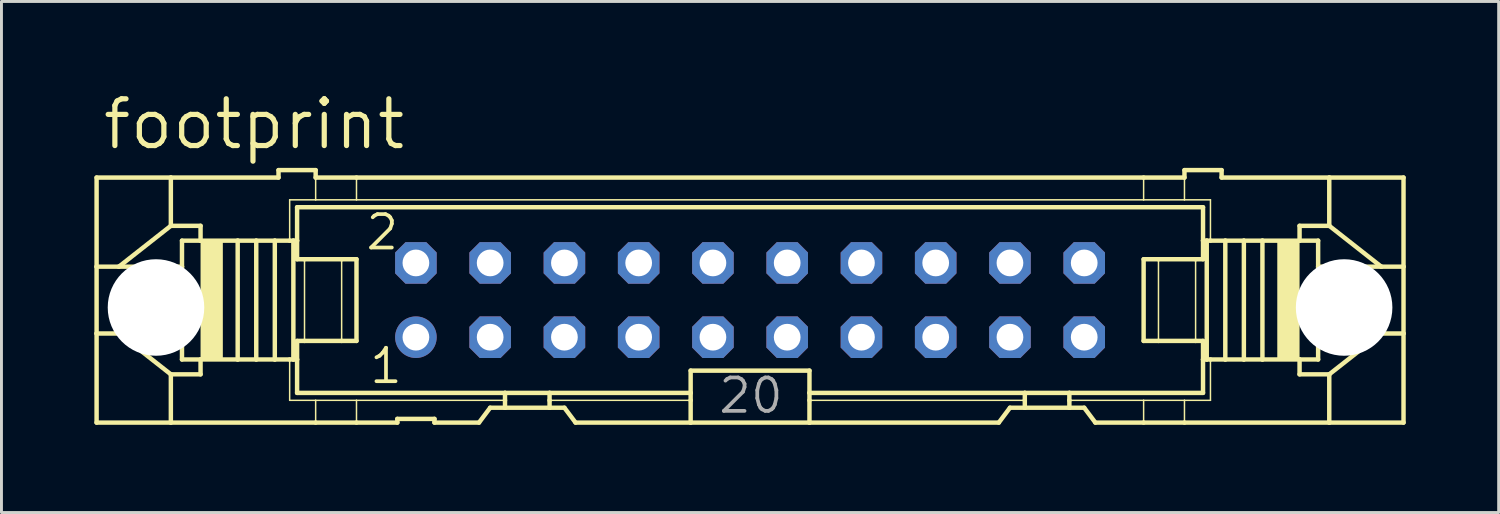
<source format=kicad_pcb>
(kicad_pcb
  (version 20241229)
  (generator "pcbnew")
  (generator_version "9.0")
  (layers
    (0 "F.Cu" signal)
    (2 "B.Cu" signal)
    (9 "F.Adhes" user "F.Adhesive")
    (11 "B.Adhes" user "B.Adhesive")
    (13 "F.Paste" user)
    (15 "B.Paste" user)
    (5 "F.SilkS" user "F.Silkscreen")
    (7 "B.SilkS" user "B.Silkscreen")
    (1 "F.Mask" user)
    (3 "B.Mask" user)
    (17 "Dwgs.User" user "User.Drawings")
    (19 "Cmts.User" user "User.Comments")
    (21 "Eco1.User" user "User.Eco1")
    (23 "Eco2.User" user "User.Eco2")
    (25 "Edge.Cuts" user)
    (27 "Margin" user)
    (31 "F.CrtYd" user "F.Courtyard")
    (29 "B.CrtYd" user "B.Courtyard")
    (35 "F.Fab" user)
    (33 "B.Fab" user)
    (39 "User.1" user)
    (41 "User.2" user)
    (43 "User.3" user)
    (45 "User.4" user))
  (footprint "footprint"
    (layer "F.Cu")
    (at 22.606 7.214)
    (property "Reference" "footprint" (at -22.225 -5.08 0) (layer "F.SilkS") (effects (font (size 1.6 1.6) (thickness 0.178)) (justify left bottom)))
    (fp_line (start -22.352 -4.191) (end -22.352 -1.143) (stroke (width 0.152) (type solid)) (layer "F.SilkS"))
    (fp_line (start -22.352 -4.191) (end -19.812 -4.191) (stroke (width 0.152) (type solid)) (layer "F.SilkS"))
    (fp_line (start -22.352 -1.143) (end -22.352 1.143) (stroke (width 0.152) (type solid)) (layer "F.SilkS"))
    (fp_line (start -22.352 -1.143) (end -21.59 -1.143) (stroke (width 0.152) (type solid)) (layer "F.SilkS"))
    (fp_line (start -22.352 1.143) (end -22.352 4.191) (stroke (width 0.152) (type solid)) (layer "F.SilkS"))
    (fp_line (start -22.352 1.143) (end -21.59 1.143) (stroke (width 0.152) (type solid)) (layer "F.SilkS"))
    (fp_line (start -21.59 -1.143) (end -19.431 -1.143) (stroke (width 0.152) (type solid)) (layer "F.SilkS"))
    (fp_line (start -21.59 1.143) (end -19.431 1.143) (stroke (width 0.152) (type solid)) (layer "F.SilkS"))
    (fp_line (start -19.812 -4.191) (end -19.812 -2.54) (stroke (width 0.152) (type solid)) (layer "F.SilkS"))
    (fp_line (start -19.812 -2.54) (end -21.59 -1.143) (stroke (width 0.152) (type solid)) (layer "F.SilkS"))
    (fp_line (start -19.812 2.54) (end -21.59 1.143) (stroke (width 0.152) (type solid)) (layer "F.SilkS"))
    (fp_line (start -19.812 2.54) (end -19.812 4.191) (stroke (width 0.152) (type solid)) (layer "F.SilkS"))
    (fp_line (start -19.812 4.191) (end -22.352 4.191) (stroke (width 0.152) (type solid)) (layer "F.SilkS"))
    (fp_line (start -19.431 -1.143) (end -19.431 -2.032) (stroke (width 0.152) (type solid)) (layer "F.SilkS"))
    (fp_line (start -19.431 1.143) (end -19.431 -1.143) (stroke (width 0.152) (type solid)) (layer "F.SilkS"))
    (fp_line (start -19.431 2.032) (end -19.431 1.143) (stroke (width 0.152) (type solid)) (layer "F.SilkS"))
    (fp_line (start -18.796 -2.54) (end -19.812 -2.54) (stroke (width 0.152) (type solid)) (layer "F.SilkS"))
    (fp_line (start -18.796 -2.54) (end -18.796 -2.032) (stroke (width 0.152) (type solid)) (layer "F.SilkS"))
    (fp_line (start -18.796 -2.032) (end -19.431 -2.032) (stroke (width 0.152) (type solid)) (layer "F.SilkS"))
    (fp_line (start -18.796 2.032) (end -19.431 2.032) (stroke (width 0.152) (type solid)) (layer "F.SilkS"))
    (fp_line (start -18.796 2.032) (end -18.796 2.54) (stroke (width 0.152) (type solid)) (layer "F.SilkS"))
    (fp_line (start -18.796 2.54) (end -19.812 2.54) (stroke (width 0.152) (type solid)) (layer "F.SilkS"))
    (fp_line (start -17.526 -2.032) (end -18.796 -2.032) (stroke (width 0.152) (type solid)) (layer "F.SilkS"))
    (fp_line (start -17.526 2.032) (end -18.796 2.032) (stroke (width 0.152) (type solid)) (layer "F.SilkS"))
    (fp_line (start -17.526 2.032) (end -17.526 -2.032) (stroke (width 0.152) (type solid)) (layer "F.SilkS"))
    (fp_line (start -16.891 -2.032) (end -17.526 -2.032) (stroke (width 0.152) (type solid)) (layer "F.SilkS"))
    (fp_line (start -16.891 2.032) (end -17.526 2.032) (stroke (width 0.152) (type solid)) (layer "F.SilkS"))
    (fp_line (start -16.891 2.032) (end -16.891 -2.032) (stroke (width 0.152) (type solid)) (layer "F.SilkS"))
    (fp_line (start -16.256 -2.032) (end -16.891 -2.032) (stroke (width 0.152) (type solid)) (layer "F.SilkS"))
    (fp_line (start -16.256 2.032) (end -16.891 2.032) (stroke (width 0.152) (type solid)) (layer "F.SilkS"))
    (fp_line (start -16.256 2.032) (end -16.256 -2.032) (stroke (width 0.152) (type solid)) (layer "F.SilkS"))
    (fp_line (start -16.129 -4.445) (end -16.129 -4.191) (stroke (width 0.152) (type solid)) (layer "F.SilkS"))
    (fp_line (start -16.129 -4.445) (end -14.859 -4.445) (stroke (width 0.152) (type solid)) (layer "F.SilkS"))
    (fp_line (start -16.129 -4.191) (end -19.812 -4.191) (stroke (width 0.152) (type solid)) (layer "F.SilkS"))
    (fp_line (start -15.748 -3.429) (end -15.748 -2.032) (stroke (width 0.051) (type solid)) (layer "F.SilkS"))
    (fp_line (start -15.748 -2.032) (end -16.256 -2.032) (stroke (width 0.152) (type solid)) (layer "F.SilkS"))
    (fp_line (start -15.748 2.032) (end -16.256 2.032) (stroke (width 0.152) (type solid)) (layer "F.SilkS"))
    (fp_line (start -15.748 3.429) (end -15.748 2.032) (stroke (width 0.051) (type solid)) (layer "F.SilkS"))
    (fp_line (start -15.621 -2.032) (end -15.748 -2.032) (stroke (width 0.152) (type solid)) (layer "F.SilkS"))
    (fp_line (start -15.621 2.032) (end -15.748 2.032) (stroke (width 0.152) (type solid)) (layer "F.SilkS"))
    (fp_line (start -15.621 2.032) (end -15.621 -2.032) (stroke (width 0.152) (type solid)) (layer "F.SilkS"))
    (fp_line (start -15.494 -3.175) (end 15.494 -3.175) (stroke (width 0.152) (type solid)) (layer "F.SilkS"))
    (fp_line (start -15.494 -2.032) (end -15.621 -2.032) (stroke (width 0.152) (type solid)) (layer "F.SilkS"))
    (fp_line (start -15.494 -2.032) (end -15.494 -3.175) (stroke (width 0.152) (type solid)) (layer "F.SilkS"))
    (fp_line (start -15.494 -1.397) (end -15.494 -2.032) (stroke (width 0.152) (type solid)) (layer "F.SilkS"))
    (fp_line (start -15.494 -1.397) (end -15.24 -1.397) (stroke (width 0.152) (type solid)) (layer "F.SilkS"))
    (fp_line (start -15.494 2.032) (end -15.621 2.032) (stroke (width 0.152) (type solid)) (layer "F.SilkS"))
    (fp_line (start -15.494 2.032) (end -15.494 1.397) (stroke (width 0.152) (type solid)) (layer "F.SilkS"))
    (fp_line (start -15.494 3.175) (end -15.494 2.032) (stroke (width 0.152) (type solid)) (layer "F.SilkS"))
    (fp_line (start -15.24 -1.397) (end -13.97 -1.397) (stroke (width 0.152) (type solid)) (layer "F.SilkS"))
    (fp_line (start -15.24 1.397) (end -15.494 1.397) (stroke (width 0.152) (type solid)) (layer "F.SilkS"))
    (fp_line (start -15.24 1.397) (end -15.24 -1.397) (stroke (width 0.051) (type solid)) (layer "F.SilkS"))
    (fp_line (start -14.859 -4.445) (end -14.859 -4.191) (stroke (width 0.152) (type solid)) (layer "F.SilkS"))
    (fp_line (start -14.859 -3.429) (end -15.748 -3.429) (stroke (width 0.051) (type solid)) (layer "F.SilkS"))
    (fp_line (start -14.859 -3.429) (end -14.859 -4.191) (stroke (width 0.051) (type solid)) (layer "F.SilkS"))
    (fp_line (start -14.859 -3.429) (end -13.462 -3.429) (stroke (width 0.051) (type solid)) (layer "F.SilkS"))
    (fp_line (start -14.859 3.429) (end -15.748 3.429) (stroke (width 0.051) (type solid)) (layer "F.SilkS"))
    (fp_line (start -14.859 4.191) (end -19.812 4.191) (stroke (width 0.152) (type solid)) (layer "F.SilkS"))
    (fp_line (start -14.859 4.191) (end -14.859 3.429) (stroke (width 0.051) (type solid)) (layer "F.SilkS"))
    (fp_line (start -13.97 -1.397) (end -13.462 -1.397) (stroke (width 0.152) (type solid)) (layer "F.SilkS"))
    (fp_line (start -13.97 1.397) (end -15.24 1.397) (stroke (width 0.152) (type solid)) (layer "F.SilkS"))
    (fp_line (start -13.97 1.397) (end -13.97 -1.397) (stroke (width 0.051) (type solid)) (layer "F.SilkS"))
    (fp_line (start -13.462 -4.191) (end -14.859 -4.191) (stroke (width 0.152) (type solid)) (layer "F.SilkS"))
    (fp_line (start -13.462 -4.191) (end 13.462 -4.191) (stroke (width 0.152) (type solid)) (layer "F.SilkS"))
    (fp_line (start -13.462 -3.429) (end -13.462 -4.191) (stroke (width 0.051) (type solid)) (layer "F.SilkS"))
    (fp_line (start -13.462 -3.429) (end 13.462 -3.429) (stroke (width 0.051) (type solid)) (layer "F.SilkS"))
    (fp_line (start -13.462 1.397) (end -13.97 1.397) (stroke (width 0.152) (type solid)) (layer "F.SilkS"))
    (fp_line (start -13.462 1.397) (end -13.462 -1.397) (stroke (width 0.152) (type solid)) (layer "F.SilkS"))
    (fp_line (start -13.462 3.429) (end -14.859 3.429) (stroke (width 0.051) (type solid)) (layer "F.SilkS"))
    (fp_line (start -13.462 4.191) (end -14.859 4.191) (stroke (width 0.152) (type solid)) (layer "F.SilkS"))
    (fp_line (start -13.462 4.191) (end -13.462 3.429) (stroke (width 0.051) (type solid)) (layer "F.SilkS"))
    (fp_line (start -12.065 4.191) (end -13.462 4.191) (stroke (width 0.152) (type solid)) (layer "F.SilkS"))
    (fp_line (start -12.065 4.191) (end -12.065 4.064) (stroke (width 0.152) (type solid)) (layer "F.SilkS"))
    (fp_line (start -10.795 4.064) (end -12.065 4.064) (stroke (width 0.152) (type solid)) (layer "F.SilkS"))
    (fp_line (start -10.795 4.064) (end -10.795 4.191) (stroke (width 0.152) (type solid)) (layer "F.SilkS"))
    (fp_line (start -9.271 4.191) (end -10.795 4.191) (stroke (width 0.152) (type solid)) (layer "F.SilkS"))
    (fp_line (start -9.271 4.191) (end -8.89 3.683) (stroke (width 0.152) (type solid)) (layer "F.SilkS"))
    (fp_line (start -8.382 3.175) (end -15.494 3.175) (stroke (width 0.152) (type solid)) (layer "F.SilkS"))
    (fp_line (start -8.382 3.175) (end -8.382 3.429) (stroke (width 0.152) (type solid)) (layer "F.SilkS"))
    (fp_line (start -8.382 3.429) (end -13.462 3.429) (stroke (width 0.051) (type solid)) (layer "F.SilkS"))
    (fp_line (start -8.382 3.429) (end -8.382 3.683) (stroke (width 0.152) (type solid)) (layer "F.SilkS"))
    (fp_line (start -8.382 3.683) (end -8.89 3.683) (stroke (width 0.152) (type solid)) (layer "F.SilkS"))
    (fp_line (start -6.858 3.175) (end -8.382 3.175) (stroke (width 0.152) (type solid)) (layer "F.SilkS"))
    (fp_line (start -6.858 3.175) (end -6.858 3.429) (stroke (width 0.152) (type solid)) (layer "F.SilkS"))
    (fp_line (start -6.858 3.429) (end -6.858 3.683) (stroke (width 0.152) (type solid)) (layer "F.SilkS"))
    (fp_line (start -6.858 3.683) (end -8.382 3.683) (stroke (width 0.152) (type solid)) (layer "F.SilkS"))
    (fp_line (start -6.35 3.683) (end -6.858 3.683) (stroke (width 0.152) (type solid)) (layer "F.SilkS"))
    (fp_line (start -6.35 3.683) (end -5.969 4.191) (stroke (width 0.152) (type solid)) (layer "F.SilkS"))
    (fp_line (start -2.032 3.175) (end -6.858 3.175) (stroke (width 0.152) (type solid)) (layer "F.SilkS"))
    (fp_line (start -2.032 3.175) (end -2.032 2.413) (stroke (width 0.152) (type solid)) (layer "F.SilkS"))
    (fp_line (start -2.032 3.175) (end -2.032 3.429) (stroke (width 0.152) (type solid)) (layer "F.SilkS"))
    (fp_line (start -2.032 3.429) (end -6.858 3.429) (stroke (width 0.051) (type solid)) (layer "F.SilkS"))
    (fp_line (start -2.032 3.429) (end -2.032 4.191) (stroke (width 0.152) (type solid)) (layer "F.SilkS"))
    (fp_line (start -2.032 4.191) (end -5.969 4.191) (stroke (width 0.152) (type solid)) (layer "F.SilkS"))
    (fp_line (start 2.032 2.413) (end -2.032 2.413) (stroke (width 0.152) (type solid)) (layer "F.SilkS"))
    (fp_line (start 2.032 2.413) (end 2.032 3.175) (stroke (width 0.152) (type solid)) (layer "F.SilkS"))
    (fp_line (start 2.032 3.175) (end 2.032 3.429) (stroke (width 0.152) (type solid)) (layer "F.SilkS"))
    (fp_line (start 2.032 3.429) (end 2.032 4.191) (stroke (width 0.152) (type solid)) (layer "F.SilkS"))
    (fp_line (start 2.032 4.191) (end -2.032 4.191) (stroke (width 0.152) (type solid)) (layer "F.SilkS"))
    (fp_line (start 8.509 4.191) (end 2.032 4.191) (stroke (width 0.152) (type solid)) (layer "F.SilkS"))
    (fp_line (start 8.509 4.191) (end 8.89 3.683) (stroke (width 0.152) (type solid)) (layer "F.SilkS"))
    (fp_line (start 9.398 3.175) (end 2.032 3.175) (stroke (width 0.152) (type solid)) (layer "F.SilkS"))
    (fp_line (start 9.398 3.175) (end 9.398 3.429) (stroke (width 0.152) (type solid)) (layer "F.SilkS"))
    (fp_line (start 9.398 3.429) (end 2.032 3.429) (stroke (width 0.051) (type solid)) (layer "F.SilkS"))
    (fp_line (start 9.398 3.429) (end 9.398 3.683) (stroke (width 0.152) (type solid)) (layer "F.SilkS"))
    (fp_line (start 9.398 3.683) (end 8.89 3.683) (stroke (width 0.152) (type solid)) (layer "F.SilkS"))
    (fp_line (start 10.922 3.175) (end 9.398 3.175) (stroke (width 0.152) (type solid)) (layer "F.SilkS"))
    (fp_line (start 10.922 3.175) (end 10.922 3.429) (stroke (width 0.152) (type solid)) (layer "F.SilkS"))
    (fp_line (start 10.922 3.429) (end 10.922 3.683) (stroke (width 0.152) (type solid)) (layer "F.SilkS"))
    (fp_line (start 10.922 3.429) (end 13.462 3.429) (stroke (width 0.051) (type solid)) (layer "F.SilkS"))
    (fp_line (start 10.922 3.683) (end 9.398 3.683) (stroke (width 0.152) (type solid)) (layer "F.SilkS"))
    (fp_line (start 11.43 3.683) (end 10.922 3.683) (stroke (width 0.152) (type solid)) (layer "F.SilkS"))
    (fp_line (start 11.43 3.683) (end 11.811 4.191) (stroke (width 0.152) (type solid)) (layer "F.SilkS"))
    (fp_line (start 13.462 -4.191) (end 13.462 -3.429) (stroke (width 0.051) (type solid)) (layer "F.SilkS"))
    (fp_line (start 13.462 -4.191) (end 14.859 -4.191) (stroke (width 0.152) (type solid)) (layer "F.SilkS"))
    (fp_line (start 13.462 -1.397) (end 13.462 1.397) (stroke (width 0.152) (type solid)) (layer "F.SilkS"))
    (fp_line (start 13.462 -1.397) (end 13.97 -1.397) (stroke (width 0.152) (type solid)) (layer "F.SilkS"))
    (fp_line (start 13.462 3.429) (end 13.462 4.191) (stroke (width 0.051) (type solid)) (layer "F.SilkS"))
    (fp_line (start 13.462 3.429) (end 14.859 3.429) (stroke (width 0.051) (type solid)) (layer "F.SilkS"))
    (fp_line (start 13.462 4.191) (end 11.811 4.191) (stroke (width 0.152) (type solid)) (layer "F.SilkS"))
    (fp_line (start 13.97 -1.397) (end 13.97 1.397) (stroke (width 0.051) (type solid)) (layer "F.SilkS"))
    (fp_line (start 13.97 -1.397) (end 15.24 -1.397) (stroke (width 0.152) (type solid)) (layer "F.SilkS"))
    (fp_line (start 13.97 1.397) (end 13.462 1.397) (stroke (width 0.152) (type solid)) (layer "F.SilkS"))
    (fp_line (start 14.859 -4.191) (end 14.859 -4.445) (stroke (width 0.152) (type solid)) (layer "F.SilkS"))
    (fp_line (start 14.859 -4.191) (end 14.859 -3.429) (stroke (width 0.051) (type solid)) (layer "F.SilkS"))
    (fp_line (start 14.859 -3.429) (end 13.462 -3.429) (stroke (width 0.051) (type solid)) (layer "F.SilkS"))
    (fp_line (start 14.859 -3.429) (end 15.748 -3.429) (stroke (width 0.051) (type solid)) (layer "F.SilkS"))
    (fp_line (start 14.859 3.429) (end 14.859 4.191) (stroke (width 0.051) (type solid)) (layer "F.SilkS"))
    (fp_line (start 14.859 3.429) (end 15.748 3.429) (stroke (width 0.051) (type solid)) (layer "F.SilkS"))
    (fp_line (start 14.859 4.191) (end 13.462 4.191) (stroke (width 0.152) (type solid)) (layer "F.SilkS"))
    (fp_line (start 15.24 -1.397) (end 15.24 1.397) (stroke (width 0.051) (type solid)) (layer "F.SilkS"))
    (fp_line (start 15.24 -1.397) (end 15.494 -1.397) (stroke (width 0.152) (type solid)) (layer "F.SilkS"))
    (fp_line (start 15.24 1.397) (end 13.97 1.397) (stroke (width 0.152) (type solid)) (layer "F.SilkS"))
    (fp_line (start 15.494 -3.175) (end 15.494 -2.032) (stroke (width 0.152) (type solid)) (layer "F.SilkS"))
    (fp_line (start 15.494 -2.032) (end 15.494 -1.397) (stroke (width 0.152) (type solid)) (layer "F.SilkS"))
    (fp_line (start 15.494 -2.032) (end 15.621 -2.032) (stroke (width 0.152) (type solid)) (layer "F.SilkS"))
    (fp_line (start 15.494 1.397) (end 15.24 1.397) (stroke (width 0.152) (type solid)) (layer "F.SilkS"))
    (fp_line (start 15.494 1.397) (end 15.494 2.032) (stroke (width 0.152) (type solid)) (layer "F.SilkS"))
    (fp_line (start 15.494 2.032) (end 15.494 3.175) (stroke (width 0.152) (type solid)) (layer "F.SilkS"))
    (fp_line (start 15.494 2.032) (end 15.621 2.032) (stroke (width 0.152) (type solid)) (layer "F.SilkS"))
    (fp_line (start 15.494 3.175) (end 10.922 3.175) (stroke (width 0.152) (type solid)) (layer "F.SilkS"))
    (fp_line (start 15.621 -2.032) (end 15.621 2.032) (stroke (width 0.152) (type solid)) (layer "F.SilkS"))
    (fp_line (start 15.621 -2.032) (end 15.748 -2.032) (stroke (width 0.152) (type solid)) (layer "F.SilkS"))
    (fp_line (start 15.621 2.032) (end 15.748 2.032) (stroke (width 0.152) (type solid)) (layer "F.SilkS"))
    (fp_line (start 15.748 -3.429) (end 15.748 -2.032) (stroke (width 0.051) (type solid)) (layer "F.SilkS"))
    (fp_line (start 15.748 -2.032) (end 16.256 -2.032) (stroke (width 0.152) (type solid)) (layer "F.SilkS"))
    (fp_line (start 15.748 2.032) (end 16.256 2.032) (stroke (width 0.152) (type solid)) (layer "F.SilkS"))
    (fp_line (start 15.748 3.429) (end 15.748 2.032) (stroke (width 0.051) (type solid)) (layer "F.SilkS"))
    (fp_line (start 16.129 -4.445) (end 14.859 -4.445) (stroke (width 0.152) (type solid)) (layer "F.SilkS"))
    (fp_line (start 16.129 -4.191) (end 16.129 -4.445) (stroke (width 0.152) (type solid)) (layer "F.SilkS"))
    (fp_line (start 16.129 -4.191) (end 19.812 -4.191) (stroke (width 0.152) (type solid)) (layer "F.SilkS"))
    (fp_line (start 16.256 -2.032) (end 16.256 2.032) (stroke (width 0.152) (type solid)) (layer "F.SilkS"))
    (fp_line (start 16.256 -2.032) (end 16.891 -2.032) (stroke (width 0.152) (type solid)) (layer "F.SilkS"))
    (fp_line (start 16.256 2.032) (end 16.891 2.032) (stroke (width 0.152) (type solid)) (layer "F.SilkS"))
    (fp_line (start 16.891 -2.032) (end 16.891 2.032) (stroke (width 0.152) (type solid)) (layer "F.SilkS"))
    (fp_line (start 16.891 -2.032) (end 17.526 -2.032) (stroke (width 0.152) (type solid)) (layer "F.SilkS"))
    (fp_line (start 16.891 2.032) (end 17.526 2.032) (stroke (width 0.152) (type solid)) (layer "F.SilkS"))
    (fp_line (start 17.526 -2.032) (end 17.526 2.032) (stroke (width 0.152) (type solid)) (layer "F.SilkS"))
    (fp_line (start 17.526 -2.032) (end 18.796 -2.032) (stroke (width 0.152) (type solid)) (layer "F.SilkS"))
    (fp_line (start 17.526 2.032) (end 18.796 2.032) (stroke (width 0.152) (type solid)) (layer "F.SilkS"))
    (fp_line (start 18.796 -2.54) (end 19.812 -2.54) (stroke (width 0.152) (type solid)) (layer "F.SilkS"))
    (fp_line (start 18.796 -2.032) (end 18.796 -2.54) (stroke (width 0.152) (type solid)) (layer "F.SilkS"))
    (fp_line (start 18.796 -2.032) (end 19.431 -2.032) (stroke (width 0.152) (type solid)) (layer "F.SilkS"))
    (fp_line (start 18.796 2.032) (end 19.431 2.032) (stroke (width 0.152) (type solid)) (layer "F.SilkS"))
    (fp_line (start 18.796 2.54) (end 18.796 2.032) (stroke (width 0.152) (type solid)) (layer "F.SilkS"))
    (fp_line (start 18.796 2.54) (end 19.812 2.54) (stroke (width 0.152) (type solid)) (layer "F.SilkS"))
    (fp_line (start 19.431 -2.032) (end 19.431 -1.143) (stroke (width 0.152) (type solid)) (layer "F.SilkS"))
    (fp_line (start 19.431 -1.143) (end 19.431 1.143) (stroke (width 0.152) (type solid)) (layer "F.SilkS"))
    (fp_line (start 19.431 1.143) (end 19.431 2.032) (stroke (width 0.152) (type solid)) (layer "F.SilkS"))
    (fp_line (start 19.812 -4.191) (end 22.352 -4.191) (stroke (width 0.152) (type solid)) (layer "F.SilkS"))
    (fp_line (start 19.812 -2.54) (end 19.812 -4.191) (stroke (width 0.152) (type solid)) (layer "F.SilkS"))
    (fp_line (start 19.812 -2.54) (end 21.59 -1.143) (stroke (width 0.152) (type solid)) (layer "F.SilkS"))
    (fp_line (start 19.812 2.54) (end 21.59 1.143) (stroke (width 0.152) (type solid)) (layer "F.SilkS"))
    (fp_line (start 19.812 4.191) (end 14.859 4.191) (stroke (width 0.152) (type solid)) (layer "F.SilkS"))
    (fp_line (start 19.812 4.191) (end 19.812 2.54) (stroke (width 0.152) (type solid)) (layer "F.SilkS"))
    (fp_line (start 21.59 -1.143) (end 19.431 -1.143) (stroke (width 0.152) (type solid)) (layer "F.SilkS"))
    (fp_line (start 21.59 1.143) (end 19.431 1.143) (stroke (width 0.152) (type solid)) (layer "F.SilkS"))
    (fp_line (start 22.352 -1.143) (end 21.59 -1.143) (stroke (width 0.152) (type solid)) (layer "F.SilkS"))
    (fp_line (start 22.352 -1.143) (end 22.352 -4.191) (stroke (width 0.152) (type solid)) (layer "F.SilkS"))
    (fp_line (start 22.352 1.143) (end 21.59 1.143) (stroke (width 0.152) (type solid)) (layer "F.SilkS"))
    (fp_line (start 22.352 1.143) (end 22.352 -1.143) (stroke (width 0.152) (type solid)) (layer "F.SilkS"))
    (fp_line (start 22.352 4.191) (end 19.812 4.191) (stroke (width 0.152) (type solid)) (layer "F.SilkS"))
    (fp_line (start 22.352 4.191) (end 22.352 1.143) (stroke (width 0.152) (type solid)) (layer "F.SilkS"))
    (fp_poly (pts (xy -18.796 2.032) (xy -18.034 2.032) (xy -18.034 -2.032) (xy -18.796 -2.032)) (stroke (width 0) (type solid)) (fill yes) (layer "F.SilkS"))
    (fp_poly (pts (xy 18.034 2.032) (xy 18.796 2.032) (xy 18.796 -2.032) (xy 18.034 -2.032)) (stroke (width 0) (type solid)) (fill yes) (layer "F.SilkS"))
    (fp_poly (pts (xy -21.59 0.381) (xy -19.812 0.381) (xy -19.812 -0.381) (xy -21.59 -0.381)) (stroke (width 0.1) (type solid)) (fill no) (layer "F.Fab"))
    (fp_poly (pts (xy -11.684 -1.016) (xy -11.176 -1.016) (xy -11.176 -1.524) (xy -11.684 -1.524)) (stroke (width 0.1) (type solid)) (fill no) (layer "F.Fab"))
    (fp_poly (pts (xy -11.684 1.524) (xy -11.176 1.524) (xy -11.176 1.016) (xy -11.684 1.016)) (stroke (width 0.1) (type solid)) (fill no) (layer "F.Fab"))
    (fp_poly (pts (xy -9.144 -1.016) (xy -8.636 -1.016) (xy -8.636 -1.524) (xy -9.144 -1.524)) (stroke (width 0.1) (type solid)) (fill no) (layer "F.Fab"))
    (fp_poly (pts (xy -9.144 1.524) (xy -8.636 1.524) (xy -8.636 1.016) (xy -9.144 1.016)) (stroke (width 0.1) (type solid)) (fill no) (layer "F.Fab"))
    (fp_poly (pts (xy -6.604 -1.016) (xy -6.096 -1.016) (xy -6.096 -1.524) (xy -6.604 -1.524)) (stroke (width 0.1) (type solid)) (fill no) (layer "F.Fab"))
    (fp_poly (pts (xy -6.604 1.524) (xy -6.096 1.524) (xy -6.096 1.016) (xy -6.604 1.016)) (stroke (width 0.1) (type solid)) (fill no) (layer "F.Fab"))
    (fp_poly (pts (xy -4.064 -1.016) (xy -3.556 -1.016) (xy -3.556 -1.524) (xy -4.064 -1.524)) (stroke (width 0.1) (type solid)) (fill no) (layer "F.Fab"))
    (fp_poly (pts (xy -4.064 1.524) (xy -3.556 1.524) (xy -3.556 1.016) (xy -4.064 1.016)) (stroke (width 0.1) (type solid)) (fill no) (layer "F.Fab"))
    (fp_poly (pts (xy -1.524 -1.016) (xy -1.016 -1.016) (xy -1.016 -1.524) (xy -1.524 -1.524)) (stroke (width 0.1) (type solid)) (fill no) (layer "F.Fab"))
    (fp_poly (pts (xy -1.524 1.524) (xy -1.016 1.524) (xy -1.016 1.016) (xy -1.524 1.016)) (stroke (width 0.1) (type solid)) (fill no) (layer "F.Fab"))
    (fp_poly (pts (xy 1.016 -1.016) (xy 1.524 -1.016) (xy 1.524 -1.524) (xy 1.016 -1.524)) (stroke (width 0.1) (type solid)) (fill no) (layer "F.Fab"))
    (fp_poly (pts (xy 1.016 1.524) (xy 1.524 1.524) (xy 1.524 1.016) (xy 1.016 1.016)) (stroke (width 0.1) (type solid)) (fill no) (layer "F.Fab"))
    (fp_poly (pts (xy 3.556 -1.016) (xy 4.064 -1.016) (xy 4.064 -1.524) (xy 3.556 -1.524)) (stroke (width 0.1) (type solid)) (fill no) (layer "F.Fab"))
    (fp_poly (pts (xy 3.556 1.524) (xy 4.064 1.524) (xy 4.064 1.016) (xy 3.556 1.016)) (stroke (width 0.1) (type solid)) (fill no) (layer "F.Fab"))
    (fp_poly (pts (xy 6.096 -1.016) (xy 6.604 -1.016) (xy 6.604 -1.524) (xy 6.096 -1.524)) (stroke (width 0.1) (type solid)) (fill no) (layer "F.Fab"))
    (fp_poly (pts (xy 6.096 1.524) (xy 6.604 1.524) (xy 6.604 1.016) (xy 6.096 1.016)) (stroke (width 0.1) (type solid)) (fill no) (layer "F.Fab"))
    (fp_poly (pts (xy 8.636 -1.016) (xy 9.144 -1.016) (xy 9.144 -1.524) (xy 8.636 -1.524)) (stroke (width 0.1) (type solid)) (fill no) (layer "F.Fab"))
    (fp_poly (pts (xy 8.636 1.524) (xy 9.144 1.524) (xy 9.144 1.016) (xy 8.636 1.016)) (stroke (width 0.1) (type solid)) (fill no) (layer "F.Fab"))
    (fp_poly (pts (xy 11.176 -1.016) (xy 11.684 -1.016) (xy 11.684 -1.524) (xy 11.176 -1.524)) (stroke (width 0.1) (type solid)) (fill no) (layer "F.Fab"))
    (fp_poly (pts (xy 11.176 1.524) (xy 11.684 1.524) (xy 11.684 1.016) (xy 11.176 1.016)) (stroke (width 0.1) (type solid)) (fill no) (layer "F.Fab"))
    (fp_poly (pts (xy 19.812 0.381) (xy 21.59 0.381) (xy 21.59 -0.381) (xy 19.812 -0.381)) (stroke (width 0.1) (type solid)) (fill no) (layer "F.Fab"))
    (fp_text user "1" (at -13.081 2.921 0) (layer "F.SilkS") (effects (font (size 1.143 1.143) (thickness 0.127)) (justify left bottom)))
    (fp_text user "2" (at -13.208 -1.651 0) (layer "F.SilkS") (effects (font (size 1.143 1.143) (thickness 0.127)) (justify left bottom)))
    (fp_text user "20" (at -1.143 3.937 0) (layer "F.Fab") (effects (font (size 1.143 1.143) (thickness 0.127)) (justify left bottom)))
    (pad "" np_thru_hole circle (at -20.32 0.254) (size 3.302 3.302) (drill 3.302) (layers "*.Cu" "*.Mask"))
    (pad "" np_thru_hole circle (at 20.32 0.254) (size 3.302 3.302) (drill 3.302) (layers "*.Cu" "*.Mask"))
    (pad "1" thru_hole circle (at -11.43 1.27) (size 1.422 1.422) (drill 0.914) (layers "*.Cu" "*.Mask"))
    (pad "2" thru_hole roundrect (at -11.43 -1.27) (size 1.422 1.422) (drill 0.914) (layers "*.Cu" "*.Mask") (roundrect_rratio 0.25) (chamfer_ratio 0.25) (chamfer top_left top_right bottom_left bottom_right))
    (pad "3" thru_hole roundrect (at -8.89 1.27) (size 1.422 1.422) (drill 0.914) (layers "*.Cu" "*.Mask") (roundrect_rratio 0.25) (chamfer_ratio 0.25) (chamfer top_left top_right bottom_left bottom_right))
    (pad "4" thru_hole roundrect (at -8.89 -1.27) (size 1.422 1.422) (drill 0.914) (layers "*.Cu" "*.Mask") (roundrect_rratio 0.25) (chamfer_ratio 0.25) (chamfer top_left top_right bottom_left bottom_right))
    (pad "5" thru_hole roundrect (at -6.35 1.27) (size 1.422 1.422) (drill 0.914) (layers "*.Cu" "*.Mask") (roundrect_rratio 0.25) (chamfer_ratio 0.25) (chamfer top_left top_right bottom_left bottom_right))
    (pad "6" thru_hole roundrect (at -6.35 -1.27) (size 1.422 1.422) (drill 0.914) (layers "*.Cu" "*.Mask") (roundrect_rratio 0.25) (chamfer_ratio 0.25) (chamfer top_left top_right bottom_left bottom_right))
    (pad "7" thru_hole roundrect (at -3.81 1.27) (size 1.422 1.422) (drill 0.914) (layers "*.Cu" "*.Mask") (roundrect_rratio 0.25) (chamfer_ratio 0.25) (chamfer top_left top_right bottom_left bottom_right))
    (pad "8" thru_hole roundrect (at -3.81 -1.27) (size 1.422 1.422) (drill 0.914) (layers "*.Cu" "*.Mask") (roundrect_rratio 0.25) (chamfer_ratio 0.25) (chamfer top_left top_right bottom_left bottom_right))
    (pad "9" thru_hole roundrect (at -1.27 1.27) (size 1.422 1.422) (drill 0.914) (layers "*.Cu" "*.Mask") (roundrect_rratio 0.25) (chamfer_ratio 0.25) (chamfer top_left top_right bottom_left bottom_right))
    (pad "10" thru_hole roundrect (at -1.27 -1.27) (size 1.422 1.422) (drill 0.914) (layers "*.Cu" "*.Mask") (roundrect_rratio 0.25) (chamfer_ratio 0.25) (chamfer top_left top_right bottom_left bottom_right))
    (pad "11" thru_hole roundrect (at 1.27 1.27) (size 1.422 1.422) (drill 0.914) (layers "*.Cu" "*.Mask") (roundrect_rratio 0.25) (chamfer_ratio 0.25) (chamfer top_left top_right bottom_left bottom_right))
    (pad "12" thru_hole roundrect (at 1.27 -1.27) (size 1.422 1.422) (drill 0.914) (layers "*.Cu" "*.Mask") (roundrect_rratio 0.25) (chamfer_ratio 0.25) (chamfer top_left top_right bottom_left bottom_right))
    (pad "13" thru_hole roundrect (at 3.81 1.27) (size 1.422 1.422) (drill 0.914) (layers "*.Cu" "*.Mask") (roundrect_rratio 0.25) (chamfer_ratio 0.25) (chamfer top_left top_right bottom_left bottom_right))
    (pad "14" thru_hole roundrect (at 3.81 -1.27) (size 1.422 1.422) (drill 0.914) (layers "*.Cu" "*.Mask") (roundrect_rratio 0.25) (chamfer_ratio 0.25) (chamfer top_left top_right bottom_left bottom_right))
    (pad "15" thru_hole roundrect (at 6.35 1.27) (size 1.422 1.422) (drill 0.914) (layers "*.Cu" "*.Mask") (roundrect_rratio 0.25) (chamfer_ratio 0.25) (chamfer top_left top_right bottom_left bottom_right))
    (pad "16" thru_hole roundrect (at 6.35 -1.27) (size 1.422 1.422) (drill 0.914) (layers "*.Cu" "*.Mask") (roundrect_rratio 0.25) (chamfer_ratio 0.25) (chamfer top_left top_right bottom_left bottom_right))
    (pad "17" thru_hole roundrect (at 8.89 1.27) (size 1.422 1.422) (drill 0.914) (layers "*.Cu" "*.Mask") (roundrect_rratio 0.25) (chamfer_ratio 0.25) (chamfer top_left top_right bottom_left bottom_right))
    (pad "18" thru_hole roundrect (at 8.89 -1.27) (size 1.422 1.422) (drill 0.914) (layers "*.Cu" "*.Mask") (roundrect_rratio 0.25) (chamfer_ratio 0.25) (chamfer top_left top_right bottom_left bottom_right))
    (pad "19" thru_hole roundrect (at 11.43 1.27) (size 1.422 1.422) (drill 0.914) (layers "*.Cu" "*.Mask") (roundrect_rratio 0.25) (chamfer_ratio 0.25) (chamfer top_left top_right bottom_left bottom_right))
    (pad "20" thru_hole roundrect (at 11.43 -1.27) (size 1.422 1.422) (drill 0.914) (layers "*.Cu" "*.Mask") (roundrect_rratio 0.25) (chamfer_ratio 0.25) (chamfer top_left top_right bottom_left bottom_right))
    (zone (net_name "") (layers "F.Cu" "B.Cu") (hatch edge 0.508) (connect_pads) (min_thickness 0.254) (filled_areas_thickness no) (keepout (tracks allowed) (vias not_allowed) (pads allowed) (copperpour allowed) (footprints allowed)) (placement (enabled no)) (fill) (polygon (pts (xy 4.572 7.468) (xy 4.537 7.071) (xy 4.434 6.686) (xy 4.266 6.325) (xy 4.037 5.998) (xy 3.755 5.716) (xy 3.429 5.488) (xy 3.068 5.319) (xy 2.683 5.216) (xy 2.286 5.182) (xy 1.889 5.216) (xy 1.504 5.319) (xy 1.143 5.488) (xy 0.817 5.716) (xy 0.535 5.998) (xy 0.306 6.325) (xy 0.138 6.686) (xy 0.035 7.071) (xy 0 7.468) (xy 0.035 7.865) (xy 0.138 8.249) (xy 0.306 8.611) (xy 0.535 8.937) (xy 0.817 9.219) (xy 1.143 9.447) (xy 1.504 9.616) (xy 1.889 9.719) (xy 2.286 9.754) (xy 2.683 9.719) (xy 3.068 9.616) (xy 3.429 9.447) (xy 3.755 9.219) (xy 4.037 8.937) (xy 4.266 8.611) (xy 4.434 8.249) (xy 4.537 7.865))))
    (zone (net_name "") (layers "F.Cu" "B.Cu") (hatch edge 0.508) (connect_pads) (min_thickness 0.254) (filled_areas_thickness no) (keepout (tracks allowed) (vias not_allowed) (pads allowed) (copperpour allowed) (footprints allowed)) (placement (enabled no)) (fill) (polygon (pts (xy 45.212 7.468) (xy 45.177 7.071) (xy 45.074 6.686) (xy 44.906 6.325) (xy 44.677 5.998) (xy 44.395 5.716) (xy 44.069 5.488) (xy 43.708 5.319) (xy 43.323 5.216) (xy 42.926 5.182) (xy 42.529 5.216) (xy 42.144 5.319) (xy 41.783 5.488) (xy 41.457 5.716) (xy 41.175 5.998) (xy 40.946 6.325) (xy 40.778 6.686) (xy 40.675 7.071) (xy 40.64 7.468) (xy 40.675 7.865) (xy 40.778 8.249) (xy 40.946 8.611) (xy 41.175 8.937) (xy 41.457 9.219) (xy 41.783 9.447) (xy 42.144 9.616) (xy 42.529 9.719) (xy 42.926 9.754) (xy 43.323 9.719) (xy 43.708 9.616) (xy 44.069 9.447) (xy 44.395 9.219) (xy 44.677 8.937) (xy 44.906 8.611) (xy 45.074 8.249) (xy 45.177 7.865))))
    (zone (net_name "") (layer "B.Cu") (hatch edge 0.508) (connect_pads) (min_thickness 0.254) (filled_areas_thickness no) (keepout (tracks not_allowed) (vias not_allowed) (pads not_allowed) (copperpour not_allowed) (footprints allowed)) (placement (enabled no)) (fill) (polygon (pts (xy 4.572 7.468) (xy 4.537 7.071) (xy 4.434 6.686) (xy 4.266 6.325) (xy 4.037 5.998) (xy 3.755 5.716) (xy 3.429 5.488) (xy 3.068 5.319) (xy 2.683 5.216) (xy 2.286 5.182) (xy 1.889 5.216) (xy 1.504 5.319) (xy 1.143 5.488) (xy 0.817 5.716) (xy 0.535 5.998) (xy 0.306 6.325) (xy 0.138 6.686) (xy 0.035 7.071) (xy 0 7.468) (xy 0.035 7.865) (xy 0.138 8.249) (xy 0.306 8.611) (xy 0.535 8.937) (xy 0.817 9.219) (xy 1.143 9.447) (xy 1.504 9.616) (xy 1.889 9.719) (xy 2.286 9.754) (xy 2.683 9.719) (xy 3.068 9.616) (xy 3.429 9.447) (xy 3.755 9.219) (xy 4.037 8.937) (xy 4.266 8.611) (xy 4.434 8.249) (xy 4.537 7.865))))
    (zone (net_name "") (layer "B.Cu") (hatch edge 0.508) (connect_pads) (min_thickness 0.254) (filled_areas_thickness no) (keepout (tracks not_allowed) (vias not_allowed) (pads not_allowed) (copperpour not_allowed) (footprints allowed)) (placement (enabled no)) (fill) (polygon (pts (xy 45.212 7.468) (xy 45.177 7.071) (xy 45.074 6.686) (xy 44.906 6.325) (xy 44.677 5.998) (xy 44.395 5.716) (xy 44.069 5.488) (xy 43.708 5.319) (xy 43.323 5.216) (xy 42.926 5.182) (xy 42.529 5.216) (xy 42.144 5.319) (xy 41.783 5.488) (xy 41.457 5.716) (xy 41.175 5.998) (xy 40.946 6.325) (xy 40.778 6.686) (xy 40.675 7.071) (xy 40.64 7.468) (xy 40.675 7.865) (xy 40.778 8.249) (xy 40.946 8.611) (xy 41.175 8.937) (xy 41.457 9.219) (xy 41.783 9.447) (xy 42.144 9.616) (xy 42.529 9.719) (xy 42.926 9.754) (xy 43.323 9.719) (xy 43.708 9.616) (xy 44.069 9.447) (xy 44.395 9.219) (xy 44.677 8.937) (xy 44.906 8.611) (xy 45.074 8.249) (xy 45.177 7.865)))))
  (gr_rect
    (start -3 -3)
    (end 48.212 14.481)
    (stroke (width 0.1) (type default))
    (fill no)
    (layer "Edge.Cuts")))
</source>
